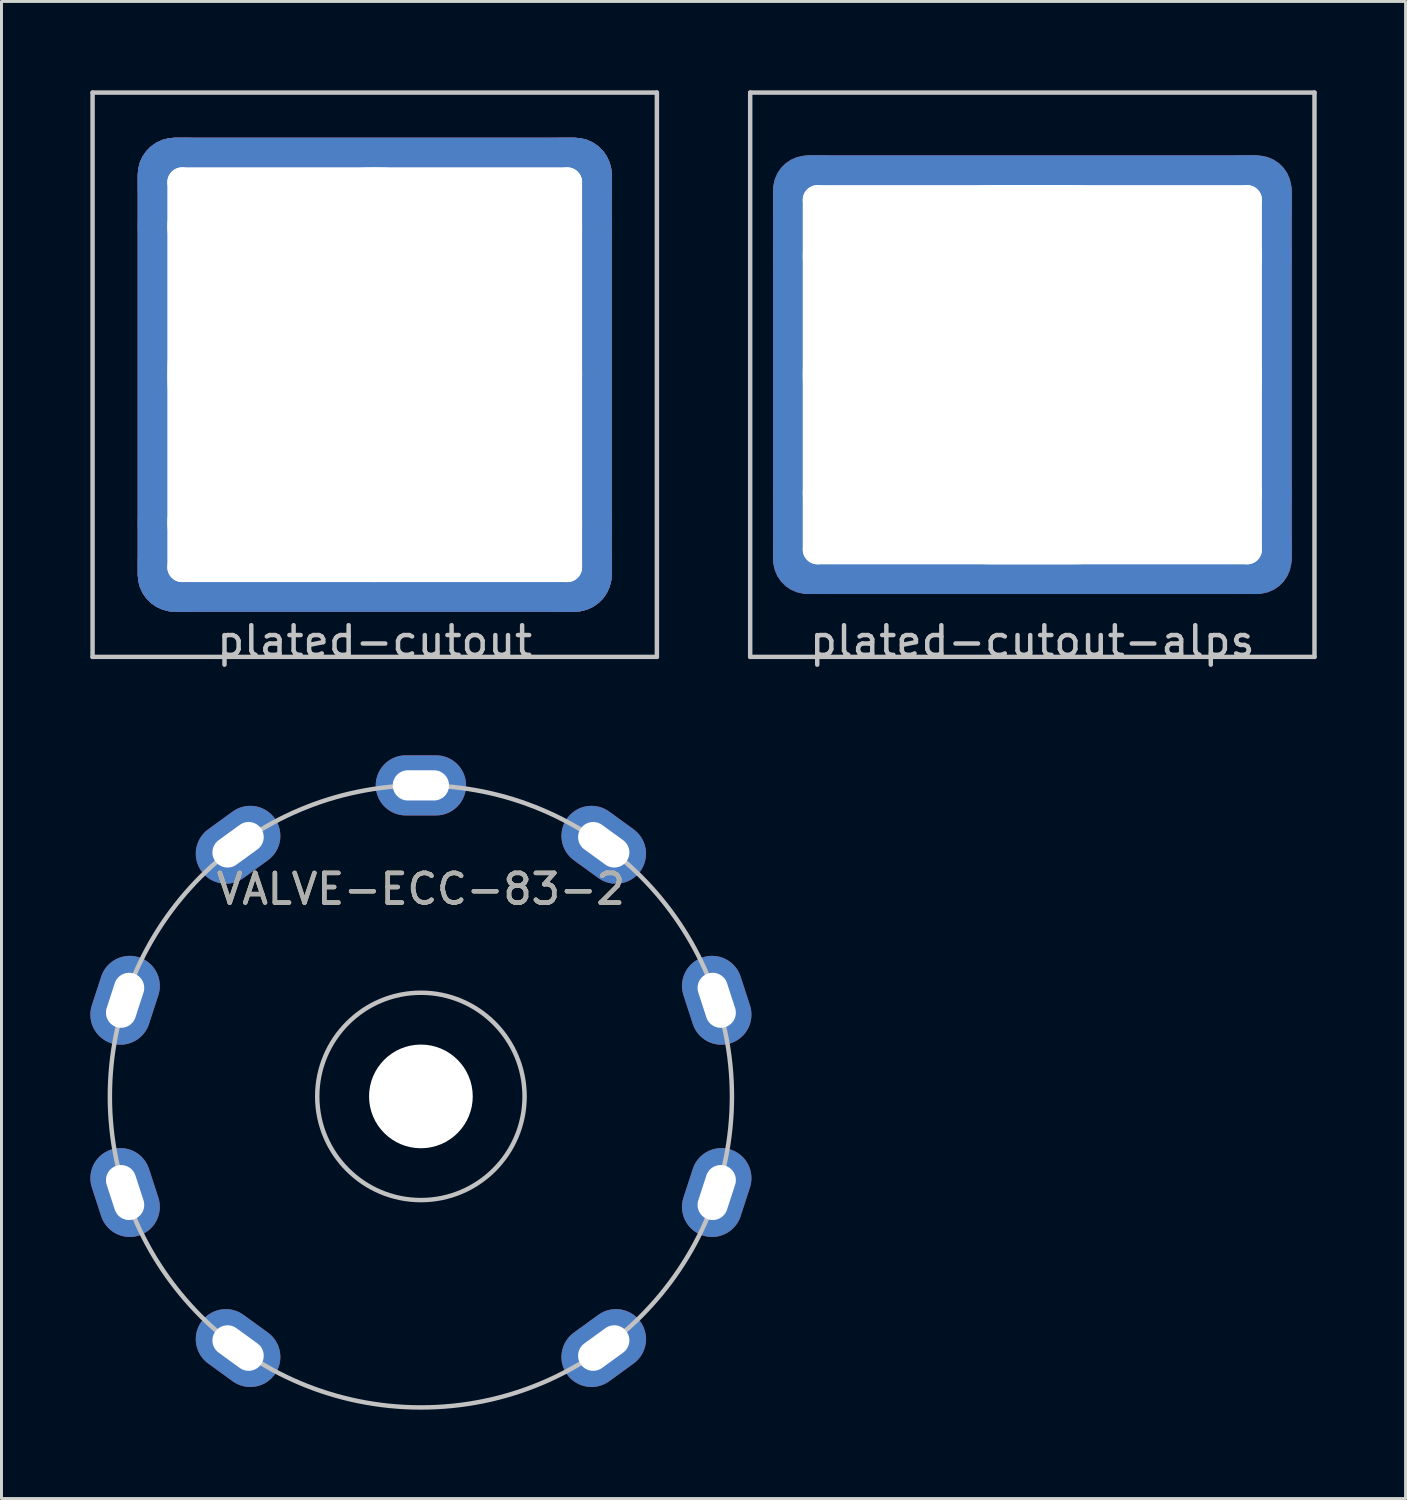
<source format=kicad_pcb>
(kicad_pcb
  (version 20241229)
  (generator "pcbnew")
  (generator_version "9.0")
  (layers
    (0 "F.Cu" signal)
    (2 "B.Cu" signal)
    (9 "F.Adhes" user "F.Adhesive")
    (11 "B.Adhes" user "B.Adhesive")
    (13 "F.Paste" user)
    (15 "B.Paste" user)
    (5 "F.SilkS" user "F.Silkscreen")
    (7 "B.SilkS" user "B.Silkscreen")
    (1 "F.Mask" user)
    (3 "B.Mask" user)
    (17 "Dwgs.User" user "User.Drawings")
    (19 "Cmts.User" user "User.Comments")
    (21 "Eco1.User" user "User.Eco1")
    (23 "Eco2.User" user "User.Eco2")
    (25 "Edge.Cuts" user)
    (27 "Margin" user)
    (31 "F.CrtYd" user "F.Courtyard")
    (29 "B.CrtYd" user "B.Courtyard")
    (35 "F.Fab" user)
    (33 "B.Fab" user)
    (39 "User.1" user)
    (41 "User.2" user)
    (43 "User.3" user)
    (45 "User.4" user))
  (footprint "VALVE-ECC-83-2"
    (layer "F.Cu")
    (at 11.159 33.963)
    (property "Reference" "VALVE-ECC-83-2" (at 0 -7 0) (layer "F.SilkS") (effects (font (size 1 1) (thickness 0.15))))
    (attr through_hole)
    (fp_circle (center 0 0) (end 3.5 0) (stroke (width 0.15) (type solid)) (fill no) (layer "Dwgs.User"))
    (fp_circle (center 0 0) (end 10.5 0) (stroke (width 0.15) (type solid)) (fill no) (layer "Dwgs.User"))
    (fp_text user "${REFERENCE}" (at 0 -7 0) (layer "F.Fab") (effects (font (size 1 1) (thickness 0.15))))
    (pad "" np_thru_hole circle (at 0 0) (size 3.5 3.5) (drill 3.5) (layers "*.Cu" "*.Mask"))
    (pad "1" thru_hole oval (at 6.172 8.495 306) (size 2.03 3.05) (drill oval 1.02 1.9) (layers "*.Cu" "*.Mask"))
    (pad "2" thru_hole oval (at 9.986 3.245 342) (size 2.03 3.05) (drill oval 1.02 1.9) (layers "*.Cu" "*.Mask"))
    (pad "3" thru_hole oval (at 9.986 -3.245 18) (size 2.03 3.05) (drill oval 1.02 1.9) (layers "*.Cu" "*.Mask"))
    (pad "4" thru_hole oval (at 6.172 -8.495 54) (size 2.03 3.05) (drill oval 1.02 1.9) (layers "*.Cu" "*.Mask"))
    (pad "5" thru_hole oval (at 0 -10.5 90) (size 2.03 3.05) (drill oval 1.02 1.9) (layers "*.Cu" "*.Mask"))
    (pad "6" thru_hole oval (at -6.172 -8.495 306) (size 2.03 3.05) (drill oval 1.02 1.9) (layers "*.Cu" "*.Mask"))
    (pad "7" thru_hole oval (at -9.986 -3.245 342) (size 2.03 3.05) (drill oval 1.02 1.9) (layers "*.Cu" "*.Mask"))
    (pad "8" thru_hole oval (at -9.986 3.245 18) (size 2.03 3.05) (drill oval 1.02 1.9) (layers "*.Cu" "*.Mask"))
    (pad "9" thru_hole oval (at -6.172 8.495 54) (size 2.03 3.05) (drill oval 1.02 1.9) (layers "*.Cu" "*.Mask")))
  (footprint "plated-cutout"
    (layer "F.Cu")
    (at 9.6 9.6)
    (property "Reference" "plated-cutout" (at 0 9 0) (layer "Dwgs.User") (effects (font (size 1 1) (thickness 0.15))))
    (attr through_hole)
    (fp_line (start -9.525 -9.525) (end 9.525 -9.525) (stroke (width 0.15) (type solid)) (layer "Dwgs.User"))
    (fp_line (start -9.525 9.525) (end -9.525 -9.525) (stroke (width 0.15) (type solid)) (layer "Dwgs.User"))
    (fp_line (start 9.525 -9.525) (end 9.525 9.525) (stroke (width 0.15) (type solid)) (layer "Dwgs.User"))
    (fp_line (start 9.525 9.525) (end -9.525 9.525) (stroke (width 0.15) (type solid)) (layer "Dwgs.User"))
    (pad "" thru_hole roundrect (at -6.5 0 90) (size 16 3) (drill oval 14 1) (layers "*.Cu") (roundrect_rratio 0.417))
    (pad "" thru_hole roundrect (at 0 -6.5) (size 16 3) (drill oval 14 1) (layers "*.Cu") (roundrect_rratio 0.417))
    (pad "" thru_hole oval (at 0 -5) (size 16 5) (drill oval 14 3) (layers "*.Cu"))
    (pad "" thru_hole roundrect (at 0 0 180) (size 16 16) (drill oval 14) (layers "*.Cu") (roundrect_rratio 0.078))
    (pad "" smd roundrect (at 0 0) (size 16 16) (layers "*.Mask") (roundrect_rratio 0.078))
    (pad "" thru_hole oval (at 0 5) (size 16 5) (drill oval 14 3) (layers "*.Cu"))
    (pad "" thru_hole roundrect (at 0 6.5) (size 16 3) (drill oval 14 1) (layers "*.Cu") (roundrect_rratio 0.417))
    (pad "" thru_hole roundrect (at 6.5 0 90) (size 16 3) (drill oval 14 1) (layers "*.Cu") (roundrect_rratio 0.417)))
  (footprint "plated-cutout-alps"
    (layer "F.Cu")
    (at 31.8 9.6)
    (property "Reference" "plated-cutout-alps" (at 0 9 0) (layer "Dwgs.User") (effects (font (size 1 1) (thickness 0.15))))
    (attr through_hole)
    (fp_line (start -9.525 -9.525) (end 9.525 -9.525) (stroke (width 0.15) (type solid)) (layer "Dwgs.User"))
    (fp_line (start -9.525 9.525) (end -9.525 -9.525) (stroke (width 0.15) (type solid)) (layer "Dwgs.User"))
    (fp_line (start 9.525 -9.525) (end 9.525 9.525) (stroke (width 0.15) (type solid)) (layer "Dwgs.User"))
    (fp_line (start 9.525 9.525) (end -9.525 9.525) (stroke (width 0.15) (type solid)) (layer "Dwgs.User"))
    (pad "" thru_hole roundrect (at -7.25 0 90) (size 14.8 3) (drill oval 12.8 1) (layers "*.Cu") (roundrect_rratio 0.417))
    (pad "" thru_hole roundrect (at 0 -5.9) (size 17.5 3) (drill oval 15.5 1) (layers "*.Cu") (roundrect_rratio 0.417))
    (pad "" thru_hole oval (at 0 -4) (size 17.5 5) (drill oval 15.5 3) (layers "*.Cu"))
    (pad "" thru_hole roundrect (at 0 0 180) (size 17.5 14.8) (drill oval 15.5 12.8) (layers "*.Cu") (roundrect_rratio 0.078))
    (pad "" smd roundrect (at 0 0) (size 17.5 14.8) (layers "*.Mask") (roundrect_rratio 0.078))
    (pad "" thru_hole oval (at 0 4) (size 17.5 5) (drill oval 15.5 3) (layers "*.Cu"))
    (pad "" thru_hole roundrect (at 0 5.9) (size 17.5 3) (drill oval 15.5 1) (layers "*.Cu") (roundrect_rratio 0.417))
    (pad "" thru_hole roundrect (at 7.25 0 90) (size 14.8 3) (drill oval 12.8 1) (layers "*.Cu") (roundrect_rratio 0.417)))
  (gr_rect
    (start -3 -3)
    (end 44.4 47.538)
    (stroke (width 0.1) (type default))
    (fill no)
    (layer "Edge.Cuts")))
</source>
